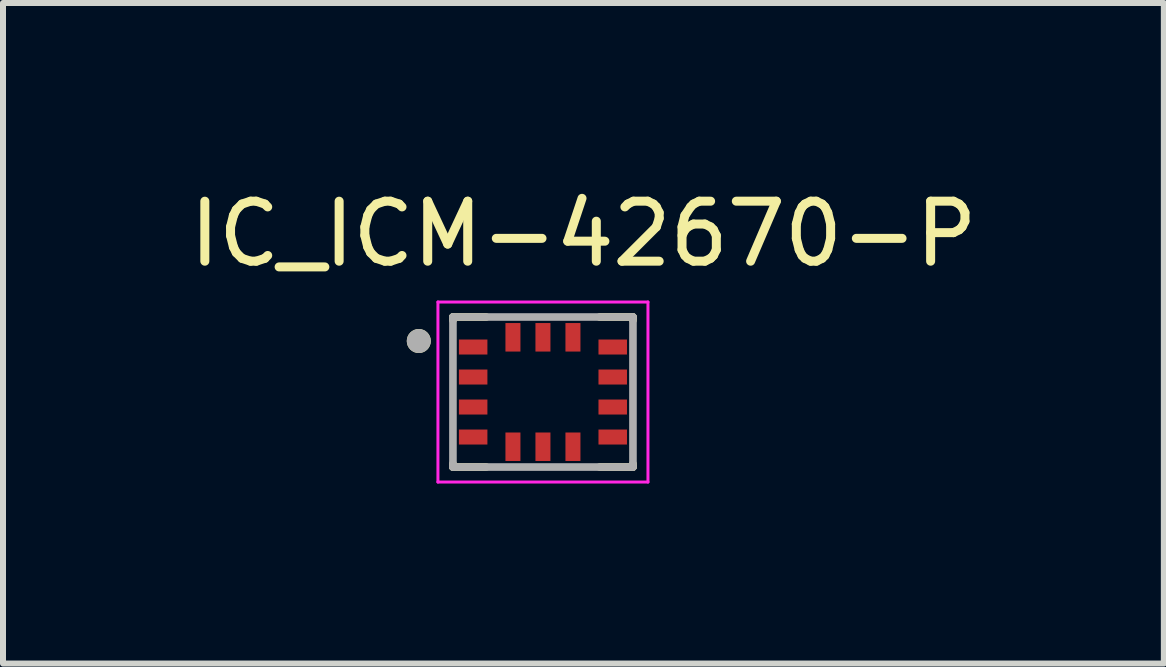
<source format=kicad_pcb>
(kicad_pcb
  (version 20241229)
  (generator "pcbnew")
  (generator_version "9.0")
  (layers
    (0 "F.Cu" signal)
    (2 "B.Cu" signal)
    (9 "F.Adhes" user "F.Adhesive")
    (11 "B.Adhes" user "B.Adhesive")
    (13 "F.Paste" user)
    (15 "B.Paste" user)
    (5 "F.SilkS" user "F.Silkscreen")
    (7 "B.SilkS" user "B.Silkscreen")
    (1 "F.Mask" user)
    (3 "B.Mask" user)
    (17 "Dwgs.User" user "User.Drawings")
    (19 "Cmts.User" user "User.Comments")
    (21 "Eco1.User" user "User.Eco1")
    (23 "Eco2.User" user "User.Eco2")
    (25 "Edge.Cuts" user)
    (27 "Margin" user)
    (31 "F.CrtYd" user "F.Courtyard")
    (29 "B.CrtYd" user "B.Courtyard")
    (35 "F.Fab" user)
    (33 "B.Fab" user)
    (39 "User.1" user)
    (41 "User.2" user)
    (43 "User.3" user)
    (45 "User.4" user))
  (footprint "IC_ICM-42670-P"
    (layer "F.Cu")
    (at 5.998 3.483)
    (property "Reference" "IC_ICM-42670-P" (at 0.675 -2.635 0) (layer "F.SilkS") (effects (font (size 1 1) (thickness 0.15))))
    (attr smd)
    (fp_poly (pts (xy -1.45 -0.925) (xy -0.875 -0.925) (xy -0.875 -0.575) (xy -1.45 -0.575)) (stroke (width 0.01) (type solid)) (fill yes) (layer "F.Mask"))
    (fp_poly (pts (xy -1.45 -0.425) (xy -0.875 -0.425) (xy -0.875 -0.075) (xy -1.45 -0.075)) (stroke (width 0.01) (type solid)) (fill yes) (layer "F.Mask"))
    (fp_poly (pts (xy -1.45 0.075) (xy -0.875 0.075) (xy -0.875 0.425) (xy -1.45 0.425)) (stroke (width 0.01) (type solid)) (fill yes) (layer "F.Mask"))
    (fp_poly (pts (xy -1.45 0.575) (xy -0.875 0.575) (xy -0.875 0.925) (xy -1.45 0.925)) (stroke (width 0.01) (type solid)) (fill yes) (layer "F.Mask"))
    (fp_poly (pts (xy -0.675 -1.2) (xy -0.325 -1.2) (xy -0.325 -0.625) (xy -0.675 -0.625)) (stroke (width 0.01) (type solid)) (fill yes) (layer "F.Mask"))
    (fp_poly (pts (xy -0.675 0.625) (xy -0.325 0.625) (xy -0.325 1.2) (xy -0.675 1.2)) (stroke (width 0.01) (type solid)) (fill yes) (layer "F.Mask"))
    (fp_poly (pts (xy -0.175 -1.2) (xy 0.175 -1.2) (xy 0.175 -0.625) (xy -0.175 -0.625)) (stroke (width 0.01) (type solid)) (fill yes) (layer "F.Mask"))
    (fp_poly (pts (xy -0.175 0.625) (xy 0.175 0.625) (xy 0.175 1.2) (xy -0.175 1.2)) (stroke (width 0.01) (type solid)) (fill yes) (layer "F.Mask"))
    (fp_poly (pts (xy 0.325 -1.2) (xy 0.675 -1.2) (xy 0.675 -0.625) (xy 0.325 -0.625)) (stroke (width 0.01) (type solid)) (fill yes) (layer "F.Mask"))
    (fp_poly (pts (xy 0.325 0.625) (xy 0.675 0.625) (xy 0.675 1.2) (xy 0.325 1.2)) (stroke (width 0.01) (type solid)) (fill yes) (layer "F.Mask"))
    (fp_poly (pts (xy 0.875 -0.925) (xy 1.45 -0.925) (xy 1.45 -0.575) (xy 0.875 -0.575)) (stroke (width 0.01) (type solid)) (fill yes) (layer "F.Mask"))
    (fp_poly (pts (xy 0.875 -0.425) (xy 1.45 -0.425) (xy 1.45 -0.075) (xy 0.875 -0.075)) (stroke (width 0.01) (type solid)) (fill yes) (layer "F.Mask"))
    (fp_poly (pts (xy 0.875 0.075) (xy 1.45 0.075) (xy 1.45 0.425) (xy 0.875 0.425)) (stroke (width 0.01) (type solid)) (fill yes) (layer "F.Mask"))
    (fp_poly (pts (xy 0.875 0.575) (xy 1.45 0.575) (xy 1.45 0.925) (xy 0.875 0.925)) (stroke (width 0.01) (type solid)) (fill yes) (layer "F.Mask"))
    (fp_line (start -1.5 -1.25) (end -1.5 -1.195) (stroke (width 0.127) (type solid)) (layer "F.SilkS"))
    (fp_line (start -1.5 -1.25) (end -0.945 -1.25) (stroke (width 0.127) (type solid)) (layer "F.SilkS"))
    (fp_line (start -1.5 1.25) (end -1.5 1.195) (stroke (width 0.127) (type solid)) (layer "F.SilkS"))
    (fp_line (start -0.945 1.25) (end -1.5 1.25) (stroke (width 0.127) (type solid)) (layer "F.SilkS"))
    (fp_line (start 0.945 -1.25) (end 1.5 -1.25) (stroke (width 0.127) (type solid)) (layer "F.SilkS"))
    (fp_line (start 1.5 -1.25) (end 1.5 -1.195) (stroke (width 0.127) (type solid)) (layer "F.SilkS"))
    (fp_line (start 1.5 1.25) (end 0.945 1.25) (stroke (width 0.127) (type solid)) (layer "F.SilkS"))
    (fp_line (start 1.5 1.25) (end 1.5 1.195) (stroke (width 0.127) (type solid)) (layer "F.SilkS"))
    (fp_circle (center -2.069 -0.85) (end -1.969 -0.85) (stroke (width 0.2) (type solid)) (fill no) (layer "F.SilkS"))
    (fp_line (start -1.75 -1.5) (end -1.75 1.5) (stroke (width 0.05) (type solid)) (layer "F.CrtYd"))
    (fp_line (start -1.75 1.5) (end 1.75 1.5) (stroke (width 0.05) (type solid)) (layer "F.CrtYd"))
    (fp_line (start 1.75 -1.5) (end -1.75 -1.5) (stroke (width 0.05) (type solid)) (layer "F.CrtYd"))
    (fp_line (start 1.75 1.5) (end 1.75 -1.5) (stroke (width 0.05) (type solid)) (layer "F.CrtYd"))
    (fp_line (start -1.5 -1.25) (end 1.5 -1.25) (stroke (width 0.127) (type solid)) (layer "F.Fab"))
    (fp_line (start -1.5 1.25) (end -1.5 -1.25) (stroke (width 0.127) (type solid)) (layer "F.Fab"))
    (fp_line (start 1.5 -1.25) (end 1.5 1.25) (stroke (width 0.127) (type solid)) (layer "F.Fab"))
    (fp_line (start 1.5 1.25) (end -1.5 1.25) (stroke (width 0.127) (type solid)) (layer "F.Fab"))
    (fp_circle (center -2.069 -0.85) (end -1.969 -0.85) (stroke (width 0.2) (type solid)) (fill no) (layer "F.Fab"))
    (pad "1" smd rect (at -1.163 -0.75) (size 0.475 0.25) (layers "F.Cu" "F.Paste"))
    (pad "2" smd rect (at -1.163 -0.25) (size 0.475 0.25) (layers "F.Cu" "F.Paste"))
    (pad "3" smd rect (at -1.163 0.25) (size 0.475 0.25) (layers "F.Cu" "F.Paste"))
    (pad "4" smd rect (at -1.163 0.75) (size 0.475 0.25) (layers "F.Cu" "F.Paste"))
    (pad "5" smd rect (at -0.5 0.912) (size 0.25 0.475) (layers "F.Cu" "F.Paste"))
    (pad "6" smd rect (at 0 0.912) (size 0.25 0.475) (layers "F.Cu" "F.Paste"))
    (pad "7" smd rect (at 0.5 0.912) (size 0.25 0.475) (layers "F.Cu" "F.Paste"))
    (pad "8" smd rect (at 1.163 0.75) (size 0.475 0.25) (layers "F.Cu" "F.Paste"))
    (pad "9" smd rect (at 1.163 0.25) (size 0.475 0.25) (layers "F.Cu" "F.Paste"))
    (pad "10" smd rect (at 1.163 -0.25) (size 0.475 0.25) (layers "F.Cu" "F.Paste"))
    (pad "11" smd rect (at 1.163 -0.75) (size 0.475 0.25) (layers "F.Cu" "F.Paste"))
    (pad "12" smd rect (at 0.5 -0.912) (size 0.25 0.475) (layers "F.Cu" "F.Paste"))
    (pad "13" smd rect (at 0 -0.912) (size 0.25 0.475) (layers "F.Cu" "F.Paste"))
    (pad "14" smd rect (at -0.5 -0.912) (size 0.25 0.475) (layers "F.Cu" "F.Paste"))
    (zone (net_name "") (layer "F.Cu") (hatch full 0.508) (connect_pads) (min_thickness 0.01) (filled_areas_thickness no) (keepout (tracks not_allowed) (vias not_allowed) (pads not_allowed) (copperpour not_allowed) (footprints allowed)) (placement (enabled no)) (fill) (polygon (pts (xy 5.098 2.833) (xy 6.898 2.833) (xy 6.898 4.133) (xy 5.098 4.133))))
    (zone (net_name "") (layers "F.Cu" "B.Cu") (hatch full 0.508) (connect_pads) (min_thickness 0.01) (filled_areas_thickness no) (keepout (tracks allowed) (vias not_allowed) (pads allowed) (copperpour allowed) (footprints allowed)) (placement (enabled no)) (fill) (polygon (pts (xy 5.098 2.833) (xy 6.898 2.833) (xy 6.898 4.133) (xy 5.098 4.133)))))
  (gr_rect
    (start -3 -3)
    (end 16.345 8.008)
    (stroke (width 0.1) (type default))
    (fill no)
    (layer "Edge.Cuts")))
</source>
